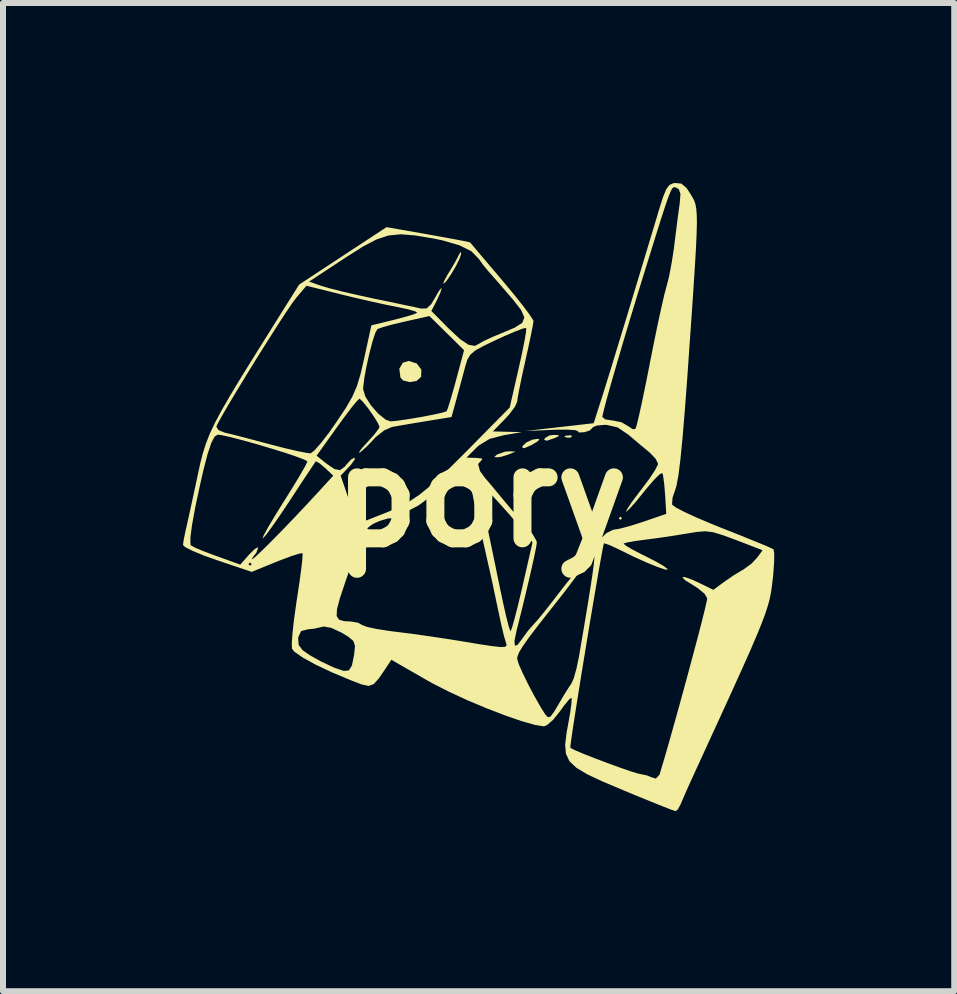
<source format=kicad_pcb>
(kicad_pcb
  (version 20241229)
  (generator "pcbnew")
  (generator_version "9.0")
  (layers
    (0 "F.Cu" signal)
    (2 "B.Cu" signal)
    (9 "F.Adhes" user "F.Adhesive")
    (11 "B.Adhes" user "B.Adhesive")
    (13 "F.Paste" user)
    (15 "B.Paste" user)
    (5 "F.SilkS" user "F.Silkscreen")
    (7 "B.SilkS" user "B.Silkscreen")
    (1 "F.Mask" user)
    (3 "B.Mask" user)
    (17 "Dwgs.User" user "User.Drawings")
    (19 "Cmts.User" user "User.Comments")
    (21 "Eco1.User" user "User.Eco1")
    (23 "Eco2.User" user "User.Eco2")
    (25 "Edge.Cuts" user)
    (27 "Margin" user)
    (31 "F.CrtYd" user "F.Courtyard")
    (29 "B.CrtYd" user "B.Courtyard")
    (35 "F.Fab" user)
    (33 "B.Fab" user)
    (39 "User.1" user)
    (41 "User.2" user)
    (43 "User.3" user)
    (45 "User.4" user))
  (footprint "pory"
    (layer "F.Cu")
    (at 4.969 5.233)
    (property "Reference" "pory" (at 0 0 0) (layer "F.SilkS") (effects (font (size 1.524 1.524) (thickness 0.3))))
    (attr board_only exclude_from_pos_files exclude_from_bom)
    (fp_poly (pts (xy 2.349 0.355) (xy 2.322 0.382) (xy 2.294 0.355) (xy 2.322 0.328)) (stroke (width 0) (type solid)) (fill yes) (layer "F.SilkS"))
    (fp_poly (pts (xy 1.515 -1.016) (xy 1.498 -0.991) (xy 1.443 -0.988) (xy 1.385 -1.001) (xy 1.41 -1.021) (xy 1.495 -1.027)) (stroke (width 0) (type solid)) (fill yes) (layer "F.SilkS"))
    (fp_poly (pts (xy 1.302 -1.028) (xy 1.28 -1.006) (xy 1.229 -0.983) (xy 1.096 -0.937) (xy 1.052 -0.951) (xy 1.065 -0.983) (xy 1.141 -1.026) (xy 1.219 -1.034)) (stroke (width 0) (type solid)) (fill yes) (layer "F.SilkS"))
    (fp_poly (pts (xy 0.574 -0.757) (xy 0.464 -0.71) (xy 0.337 -0.67) (xy 0.273 -0.66) (xy 0.219 -0.665) (xy 0.259 -0.701) (xy 0.273 -0.71) (xy 0.397 -0.754) (xy 0.464 -0.76)) (stroke (width 0) (type solid)) (fill yes) (layer "F.SilkS"))
    (fp_poly (pts (xy -1.073 -2.225) (xy -0.996 -2.122) (xy -1 -2.001) (xy -1.074 -1.934) (xy -1.192 -1.914) (xy -1.301 -1.942) (xy -1.345 -1.991) (xy -1.363 -2.138) (xy -1.304 -2.238) (xy -1.207 -2.267)) (stroke (width 0) (type solid)) (fill yes) (layer "F.SilkS"))
    (fp_poly (pts (xy 0.971 -0.959) (xy 0.941 -0.925) (xy 0.844 -0.867) (xy 0.827 -0.859) (xy 0.718 -0.812) (xy 0.685 -0.825) (xy 0.691 -0.848) (xy 0.752 -0.907) (xy 0.856 -0.955) (xy 0.948 -0.969)) (stroke (width 0) (type solid)) (fill yes) (layer "F.SilkS"))
    (fp_poly (pts (xy -0.332 -4.055) (xy -0.356 -3.977) (xy -0.417 -3.853) (xy -0.497 -3.717) (xy -0.573 -3.605) (xy -0.626 -3.551) (xy -0.63 -3.551) (xy -0.62 -3.591) (xy -0.565 -3.695) (xy -0.528 -3.755) (xy -0.441 -3.901) (xy -0.379 -4.017) (xy -0.368 -4.042) (xy -0.34 -4.084)) (stroke (width 0) (type solid)) (fill yes) (layer "F.SilkS"))
    (fp_poly (pts (xy 3.337 -5.223) (xy 3.424 -5.15) (xy 3.495 -5.042) (xy 3.526 -4.989) (xy 3.552 -4.939) (xy 3.572 -4.882) (xy 3.586 -4.808) (xy 3.594 -4.708) (xy 3.597 -4.572) (xy 3.592 -4.391) (xy 3.582 -4.156) (xy 3.564 -3.856) (xy 3.54 -3.481) (xy 3.509 -3.024) (xy 3.47 -2.473) (xy 3.441 -2.048) (xy 3.398 -1.473) (xy 3.359 -1.003) (xy 3.323 -0.635) (xy 3.29 -0.366) (xy 3.258 -0.192) (xy 3.237 -0.123) (xy 3.19 0.016) (xy 3.183 0.121) (xy 3.185 0.129) (xy 3.244 0.174) (xy 3.386 0.249) (xy 3.595 0.345) (xy 3.853 0.454) (xy 4.024 0.523) (xy 4.302 0.633) (xy 4.544 0.731) (xy 4.732 0.808) (xy 4.847 0.859) (xy 4.874 0.873) (xy 4.886 0.938) (xy 4.884 1.085) (xy 4.87 1.287) (xy 4.859 1.387) (xy 4.846 1.499) (xy 4.83 1.602) (xy 4.809 1.707) (xy 4.777 1.822) (xy 4.733 1.957) (xy 4.671 2.121) (xy 4.588 2.323) (xy 4.481 2.572) (xy 4.345 2.877) (xy 4.177 3.248) (xy 3.973 3.694) (xy 3.73 4.224) (xy 3.55 4.616) (xy 3.458 4.818) (xy 3.38 4.995) (xy 3.33 5.113) (xy 3.327 5.121) (xy 3.276 5.213) (xy 3.238 5.237) (xy 3.175 5.215) (xy 3.03 5.158) (xy 2.82 5.074) (xy 2.563 4.969) (xy 2.387 4.896) (xy 2.034 4.747) (xy 1.771 4.624) (xy 1.587 4.514) (xy 1.472 4.404) (xy 1.414 4.281) (xy 1.405 4.181) (xy 1.487 4.181) (xy 1.555 4.217) (xy 1.7 4.279) (xy 1.894 4.355) (xy 2.11 4.437) (xy 2.321 4.514) (xy 2.501 4.576) (xy 2.621 4.612) (xy 2.643 4.616) (xy 2.766 4.642) (xy 2.83 4.669) (xy 2.912 4.695) (xy 2.974 4.63) (xy 2.974 4.629) (xy 3.046 4.387) (xy 3.132 4.091) (xy 3.226 3.756) (xy 3.325 3.4) (xy 3.424 3.038) (xy 3.518 2.688) (xy 3.604 2.366) (xy 3.676 2.088) (xy 3.73 1.872) (xy 3.762 1.732) (xy 3.769 1.69) (xy 3.725 1.614) (xy 3.613 1.521) (xy 3.547 1.479) (xy 3.402 1.389) (xy 3.353 1.339) (xy 3.395 1.335) (xy 3.522 1.381) (xy 3.622 1.427) (xy 3.871 1.548) (xy 4.052 1.415) (xy 4.206 1.309) (xy 4.351 1.221) (xy 4.37 1.211) (xy 4.509 1.11) (xy 4.599 1.014) (xy 4.692 0.888) (xy 4.244 0.716) (xy 4.021 0.634) (xy 3.863 0.587) (xy 3.733 0.572) (xy 3.596 0.583) (xy 3.469 0.604) (xy 3.228 0.643) (xy 2.951 0.684) (xy 2.769 0.708) (xy 2.58 0.733) (xy 2.438 0.758) (xy 2.374 0.776) (xy 2.374 0.776) (xy 2.408 0.809) (xy 2.519 0.875) (xy 2.685 0.961) (xy 2.732 0.984) (xy 2.913 1.076) (xy 3.047 1.154) (xy 3.111 1.204) (xy 3.114 1.209) (xy 3.068 1.21) (xy 2.945 1.169) (xy 2.763 1.095) (xy 2.542 0.995) (xy 2.303 0.878) (xy 2.283 0.868) (xy 2.148 0.805) (xy 2.061 0.775) (xy 2.047 0.776) (xy 2.033 0.832) (xy 2.005 0.981) (xy 1.965 1.205) (xy 1.916 1.49) (xy 1.86 1.819) (xy 1.8 2.176) (xy 1.739 2.546) (xy 1.679 2.914) (xy 1.623 3.263) (xy 1.573 3.577) (xy 1.532 3.841) (xy 1.503 4.04) (xy 1.488 4.156) (xy 1.487 4.181) (xy 1.405 4.181) (xy 1.401 4.131) (xy 1.423 3.942) (xy 1.449 3.798) (xy 1.485 3.595) (xy 1.506 3.438) (xy 1.51 3.354) (xy 1.508 3.347) (xy 1.468 3.375) (xy 1.387 3.472) (xy 1.314 3.574) (xy 1.202 3.713) (xy 1.098 3.803) (xy 1.046 3.824) (xy 0.898 3.8) (xy 0.673 3.736) (xy 0.396 3.64) (xy 0.087 3.521) (xy -0.232 3.387) (xy -0.537 3.246) (xy -0.808 3.108) (xy -0.898 3.058) (xy -1.496 2.714) (xy -1.581 2.843) (xy -1.7 3.019) (xy -1.788 3.118) (xy -1.874 3.15) (xy -1.989 3.126) (xy -2.163 3.059) (xy -2.485 2.924) (xy -2.761 2.794) (xy -2.974 2.676) (xy -3.111 2.581) (xy -3.152 2.53) (xy -3.156 2.446) (xy -3.15 2.36) (xy -3.049 2.36) (xy -3.041 2.467) (xy -2.974 2.555) (xy -2.857 2.637) (xy -2.666 2.743) (xy -2.464 2.839) (xy -2.431 2.852) (xy -2.288 2.9) (xy -2.203 2.891) (xy -2.153 2.809) (xy -2.118 2.637) (xy -2.114 2.609) (xy -2.102 2.483) (xy -2.129 2.401) (xy -2.216 2.328) (xy -2.318 2.266) (xy -2.494 2.183) (xy -2.624 2.159) (xy -2.648 2.165) (xy -2.777 2.195) (xy -2.888 2.207) (xy -2.999 2.235) (xy -3.045 2.331) (xy -3.049 2.36) (xy -3.15 2.36) (xy -3.144 2.277) (xy -3.119 2.045) (xy -3.11 1.984) (xy -2.408 1.984) (xy -2.368 2.046) (xy -2.28 2.071) (xy -2.182 2.075) (xy -2.054 2.096) (xy -1.986 2.133) (xy -1.909 2.164) (xy -1.751 2.199) (xy -1.541 2.232) (xy -1.442 2.245) (xy -1.169 2.279) (xy -0.841 2.325) (xy -0.51 2.375) (xy -0.355 2.4) (xy -0.044 2.452) (xy 0.174 2.485) (xy 0.315 2.501) (xy 0.393 2.5) (xy 0.423 2.481) (xy 0.421 2.446) (xy 0.411 2.417) (xy 0.381 2.317) (xy 0.34 2.147) (xy 0.296 1.942) (xy 0.295 1.939) (xy 0.176 1.374) (xy 0.038 0.761) (xy -0.038 0.437) (xy -0.086 0.226) (xy -0.127 0.035) (xy -0.148 -0.077) (xy -0.186 -0.247) (xy -0.189 -0.259) (xy -0.055 -0.259) (xy -0.044 -0.195) (xy -0.014 -0.05) (xy 0.028 0.15) (xy 0.051 0.255) (xy 0.103 0.5) (xy 0.169 0.812) (xy 0.239 1.151) (xy 0.306 1.48) (xy 0.308 1.488) (xy 0.365 1.758) (xy 0.416 1.985) (xy 0.458 2.15) (xy 0.485 2.233) (xy 0.49 2.239) (xy 0.512 2.189) (xy 0.552 2.051) (xy 0.605 1.845) (xy 0.667 1.59) (xy 0.688 1.499) (xy 0.857 0.758) (xy 0.715 0.58) (xy 0.6 0.441) (xy 0.459 0.278) (xy 0.308 0.109) (xy 0.164 -0.047) (xy 0.045 -0.172) (xy -0.033 -0.247) (xy -0.055 -0.259) (xy -0.189 -0.259) (xy -0.224 -0.37) (xy -0.254 -0.435) (xy -0.291 -0.463) (xy -0.35 -0.444) (xy -0.447 -0.371) (xy -0.597 -0.236) (xy -0.737 -0.105) (xy -0.895 0.032) (xy -1.039 0.139) (xy -1.133 0.189) (xy -1.229 0.238) (xy -1.256 0.28) (xy -1.289 0.31) (xy -1.307 0.303) (xy -1.377 0.31) (xy -1.393 0.328) (xy -1.455 0.362) (xy -1.473 0.356) (xy -1.548 0.358) (xy -1.678 0.396) (xy -1.719 0.412) (xy -1.802 0.451) (xy -1.869 0.497) (xy -1.929 0.567) (xy -1.989 0.677) (xy -2.058 0.841) (xy -2.144 1.077) (xy -2.258 1.4) (xy -2.263 1.416) (xy -2.353 1.686) (xy -2.402 1.87) (xy -2.408 1.984) (xy -3.11 1.984) (xy -3.081 1.774) (xy -3.07 1.702) (xy -3.029 1.431) (xy -2.998 1.201) (xy -2.979 1.032) (xy -2.975 0.945) (xy -2.977 0.937) (xy -3.035 0.946) (xy -3.168 0.988) (xy -3.351 1.057) (xy -3.412 1.081) (xy -3.823 1.249) (xy -4.397 1.056) (xy -4.627 0.974) (xy -4.813 0.897) (xy -4.934 0.835) (xy -4.969 0.801) (xy -4.957 0.712) (xy -4.95 0.679) (xy -4.846 0.679) (xy -4.844 0.792) (xy -4.837 0.807) (xy -4.77 0.844) (xy -4.628 0.904) (xy -4.44 0.975) (xy -4.406 0.987) (xy -4.015 1.128) (xy -4.007 1.12) (xy -3.878 1.12) (xy -3.851 1.147) (xy -3.824 1.12) (xy -3.851 1.092) (xy -3.878 1.12) (xy -4.007 1.12) (xy -3.866 0.96) (xy -3.775 0.87) (xy -3.722 0.84) (xy -3.716 0.849) (xy -3.749 0.935) (xy -3.78 0.972) (xy -3.82 1.028) (xy -3.813 1.038) (xy -3.764 1) (xy -3.655 0.897) (xy -3.499 0.743) (xy -3.312 0.552) (xy -3.106 0.338) (xy -2.898 0.117) (xy -2.714 -0.082) (xy -2.464 -0.355) (xy -2.601 -0.483) (xy -2.697 -0.564) (xy -2.753 -0.594) (xy -2.756 -0.593) (xy -2.79 -0.543) (xy -2.873 -0.418) (xy -2.994 -0.236) (xy -3.14 -0.013) (xy -3.195 0.071) (xy -3.348 0.3) (xy -3.48 0.49) (xy -3.579 0.625) (xy -3.635 0.689) (xy -3.642 0.692) (xy -3.623 0.639) (xy -3.555 0.514) (xy -3.447 0.332) (xy -3.311 0.111) (xy -3.28 0.063) (xy -3.137 -0.166) (xy -3.018 -0.363) (xy -2.934 -0.509) (xy -2.896 -0.587) (xy -2.895 -0.592) (xy -2.944 -0.621) (xy -3.076 -0.671) (xy -3.121 -0.687) (xy -2.742 -0.687) (xy -2.586 -0.562) (xy -2.446 -0.465) (xy -2.35 -0.447) (xy -2.269 -0.508) (xy -2.24 -0.546) (xy -2.16 -0.63) (xy -2.108 -0.655) (xy -2.107 -0.622) (xy -2.169 -0.537) (xy -2.198 -0.505) (xy -2.341 -0.355) (xy -2.21 0.027) (xy -2.146 0.214) (xy -2.099 0.354) (xy -2.078 0.421) (xy -2.077 0.423) (xy -2.05 0.435) (xy -1.958 0.408) (xy -1.873 0.376) (xy -1.722 0.316) (xy -1.611 0.273) (xy -1.402 0.187) (xy -1.211 0.086) (xy -1.022 -0.041) (xy -0.816 -0.209) (xy -0.575 -0.431) (xy -0.283 -0.721) (xy -0.247 -0.757) (xy 0.477 -1.491) (xy 0.626 -2.142) (xy 0.682 -2.394) (xy 0.724 -2.604) (xy 0.749 -2.752) (xy 0.752 -2.817) (xy 0.752 -2.817) (xy 0.695 -2.806) (xy 0.563 -2.756) (xy 0.379 -2.677) (xy 0.262 -2.623) (xy 0.044 -2.519) (xy -0.096 -2.442) (xy -0.179 -2.372) (xy -0.228 -2.29) (xy -0.264 -2.177) (xy -0.272 -2.145) (xy -0.331 -1.925) (xy -0.396 -1.685) (xy -0.417 -1.608) (xy -0.493 -1.332) (xy -0.916 -1.263) (xy -1.14 -1.226) (xy -1.34 -1.192) (xy -1.476 -1.168) (xy -1.486 -1.166) (xy -1.616 -1.109) (xy -1.756 -0.998) (xy -1.79 -0.961) (xy -1.906 -0.84) (xy -2.004 -0.753) (xy -2.025 -0.739) (xy -2.035 -0.748) (xy -1.98 -0.82) (xy -1.898 -0.909) (xy -1.784 -1.036) (xy -1.71 -1.133) (xy -1.693 -1.168) (xy -1.723 -1.237) (xy -1.795 -1.352) (xy -1.885 -1.48) (xy -1.97 -1.586) (xy -2.025 -1.637) (xy -2.028 -1.638) (xy -2.072 -1.596) (xy -2.164 -1.484) (xy -2.289 -1.318) (xy -2.402 -1.163) (xy -2.742 -0.687) (xy -3.121 -0.687) (xy -3.268 -0.736) (xy -3.497 -0.807) (xy -3.741 -0.88) (xy -3.976 -0.945) (xy -4.18 -0.998) (xy -4.33 -1.031) (xy -4.391 -1.038) (xy -4.442 -1.005) (xy -4.497 -0.901) (xy -4.559 -0.715) (xy -4.631 -0.438) (xy -4.687 -0.191) (xy -4.766 0.18) (xy -4.819 0.473) (xy -4.846 0.679) (xy -4.95 0.679) (xy -4.926 0.563) (xy -4.91 0.492) (xy -4.875 0.337) (xy -4.825 0.109) (xy -4.767 -0.16) (xy -4.72 -0.38) (xy -4.68 -0.565) (xy -4.637 -0.731) (xy -4.587 -0.889) (xy -4.523 -1.052) (xy -4.467 -1.17) (xy -4.413 -1.17) (xy -4.379 -1.115) (xy -4.277 -1.073) (xy -4.163 -1.046) (xy -3.972 -0.997) (xy -3.733 -0.934) (xy -3.523 -0.878) (xy -3.276 -0.814) (xy -3.062 -0.764) (xy -2.908 -0.734) (xy -2.84 -0.727) (xy -2.778 -0.775) (xy -2.672 -0.895) (xy -2.538 -1.068) (xy -2.415 -1.243) (xy -2.256 -1.481) (xy -2.147 -1.67) (xy -2.093 -1.794) (xy -1.966 -1.794) (xy -1.929 -1.672) (xy -1.836 -1.526) (xy -1.715 -1.388) (xy -1.591 -1.289) (xy -1.507 -1.259) (xy -1.398 -1.27) (xy -1.219 -1.296) (xy -1.008 -1.331) (xy -0.996 -1.333) (xy -0.8 -1.371) (xy -0.651 -1.404) (xy -0.577 -1.427) (xy -0.574 -1.429) (xy -0.551 -1.489) (xy -0.507 -1.63) (xy -0.45 -1.828) (xy -0.417 -1.949) (xy -0.284 -2.446) (xy -0.572 -2.73) (xy -0.861 -3.015) (xy -1.264 -2.925) (xy -1.468 -2.877) (xy -1.631 -2.832) (xy -1.724 -2.8) (xy -1.729 -2.797) (xy -1.765 -2.73) (xy -1.812 -2.586) (xy -1.862 -2.393) (xy -1.909 -2.183) (xy -1.946 -1.985) (xy -1.965 -1.829) (xy -1.966 -1.794) (xy -2.093 -1.794) (xy -2.07 -1.847) (xy -2.009 -2.049) (xy -1.95 -2.304) (xy -1.829 -2.86) (xy -1.461 -2.95) (xy -1.273 -2.999) (xy -1.131 -3.041) (xy -1.064 -3.069) (xy -1.064 -3.069) (xy -1.097 -3.093) (xy -1.213 -3.127) (xy -1.378 -3.162) (xy -1.579 -3.202) (xy -1.846 -3.261) (xy -2.136 -3.328) (xy -2.316 -3.372) (xy -2.911 -3.52) (xy -3.08 -3.321) (xy -3.151 -3.226) (xy -3.264 -3.059) (xy -3.408 -2.837) (xy -3.572 -2.579) (xy -3.747 -2.301) (xy -3.92 -2.019) (xy -4.083 -1.752) (xy -4.224 -1.516) (xy -4.333 -1.327) (xy -4.399 -1.204) (xy -4.413 -1.17) (xy -4.467 -1.17) (xy -4.438 -1.232) (xy -4.327 -1.44) (xy -4.183 -1.69) (xy -4 -1.993) (xy -3.771 -2.362) (xy -3.492 -2.808) (xy -3.432 -2.904) (xy -3.032 -3.541) (xy -2.958 -3.589) (xy -2.868 -3.589) (xy -2.657 -3.516) (xy -2.52 -3.476) (xy -2.306 -3.422) (xy -2.044 -3.362) (xy -1.783 -3.305) (xy -1.516 -3.25) (xy -1.28 -3.2) (xy -1.099 -3.162) (xy -0.999 -3.14) (xy -0.999 -3.14) (xy -0.908 -3.142) (xy -0.832 -3.212) (xy -0.769 -3.318) (xy -0.703 -3.433) (xy -0.663 -3.483) (xy -0.658 -3.48) (xy -0.679 -3.405) (xy -0.735 -3.283) (xy -0.742 -3.268) (xy -0.829 -3.1) (xy -0.539 -2.806) (xy -0.35 -2.63) (xy -0.209 -2.536) (xy -0.102 -2.518) (xy -0.025 -2.559) (xy 0.051 -2.602) (xy 0.195 -2.669) (xy 0.339 -2.728) (xy 0.561 -2.822) (xy 0.687 -2.903) (xy 0.721 -2.993) (xy 0.668 -3.114) (xy 0.534 -3.287) (xy 0.484 -3.345) (xy 0.338 -3.514) (xy 0.213 -3.658) (xy 0.13 -3.751) (xy 0.119 -3.763) (xy 0.034 -3.867) (xy -0.038 -3.968) (xy -0.161 -4.094) (xy -0.359 -4.194) (xy -0.645 -4.277) (xy -0.795 -4.308) (xy -1.099 -4.359) (xy -1.339 -4.378) (xy -1.543 -4.358) (xy -1.743 -4.292) (xy -1.967 -4.175) (xy -2.247 -3.998) (xy -2.275 -3.979) (xy -2.868 -3.589) (xy -2.958 -3.589) (xy -2.304 -4.019) (xy -1.576 -4.497) (xy -0.885 -4.376) (xy -0.625 -4.329) (xy -0.409 -4.289) (xy -0.256 -4.26) (xy -0.187 -4.244) (xy -0.185 -4.243) (xy -0.148 -4.201) (xy -0.054 -4.089) (xy 0.086 -3.924) (xy 0.259 -3.72) (xy 0.349 -3.614) (xy 0.534 -3.392) (xy 0.69 -3.197) (xy 0.805 -3.044) (xy 0.866 -2.95) (xy 0.873 -2.931) (xy 0.862 -2.855) (xy 0.83 -2.696) (xy 0.784 -2.48) (xy 0.737 -2.268) (xy 0.682 -2.019) (xy 0.638 -1.806) (xy 0.609 -1.652) (xy 0.601 -1.587) (xy 0.565 -1.505) (xy 0.473 -1.381) (xy 0.399 -1.3) (xy 0.196 -1.092) (xy 0.44 -1.086) (xy 0.683 -1.08) (xy 0.382 -1.03) (xy 0.143 -0.968) (xy -0.034 -0.861) (xy -0.081 -0.818) (xy -0.244 -0.655) (xy -0.081 -0.651) (xy 0.012 -0.641) (xy 0.018 -0.621) (xy 0.014 -0.619) (xy -0.05 -0.549) (xy -0.019 -0.432) (xy 0.061 -0.322) (xy 0.162 -0.204) (xy 0.294 -0.045) (xy 0.375 0.053) (xy 0.525 0.232) (xy 0.683 0.412) (xy 0.751 0.487) (xy 0.857 0.617) (xy 0.92 0.727) (xy 0.929 0.76) (xy 0.916 0.845) (xy 0.881 1.016) (xy 0.828 1.252) (xy 0.762 1.534) (xy 0.688 1.841) (xy 0.61 2.154) (xy 0.591 2.227) (xy 0.556 2.402) (xy 0.563 2.481) (xy 0.611 2.462) (xy 0.685 2.364) (xy 0.782 2.23) (xy 0.87 2.13) (xy 0.941 2.052) (xy 1.057 1.91) (xy 1.199 1.729) (xy 1.278 1.626) (xy 1.426 1.436) (xy 1.558 1.274) (xy 1.655 1.164) (xy 1.686 1.135) (xy 1.712 1.129) (xy 1.671 1.202) (xy 1.567 1.348) (xy 1.405 1.563) (xy 1.188 1.84) (xy 1.174 1.857) (xy 0.956 2.134) (xy 0.799 2.34) (xy 0.694 2.489) (xy 0.632 2.592) (xy 0.605 2.664) (xy 0.601 2.697) (xy 0.626 2.784) (xy 0.693 2.936) (xy 0.787 3.128) (xy 0.894 3.33) (xy 1 3.515) (xy 1.069 3.624) (xy 1.112 3.672) (xy 1.156 3.662) (xy 1.218 3.578) (xy 1.288 3.46) (xy 1.384 3.297) (xy 1.468 3.164) (xy 1.503 3.114) (xy 1.545 3.021) (xy 1.591 2.855) (xy 1.633 2.652) (xy 1.633 2.649) (xy 1.714 2.174) (xy 1.777 1.795) (xy 1.824 1.502) (xy 1.857 1.282) (xy 1.878 1.126) (xy 1.888 1.021) (xy 1.888 0.957) (xy 1.884 0.928) (xy 1.901 0.828) (xy 1.981 0.707) (xy 2.091 0.601) (xy 2.202 0.546) (xy 2.219 0.545) (xy 2.319 0.527) (xy 2.488 0.482) (xy 2.689 0.418) (xy 2.704 0.413) (xy 3.086 0.282) (xy 3.067 -0.037) (xy 3.052 -0.216) (xy 3.034 -0.349) (xy 3.021 -0.399) (xy 2.978 -0.379) (xy 2.887 -0.29) (xy 2.763 -0.147) (xy 2.715 -0.087) (xy 2.585 0.073) (xy 2.481 0.19) (xy 2.422 0.246) (xy 2.415 0.248) (xy 2.437 0.199) (xy 2.512 0.086) (xy 2.628 -0.069) (xy 2.672 -0.126) (xy 2.801 -0.298) (xy 2.898 -0.445) (xy 2.947 -0.54) (xy 2.949 -0.554) (xy 2.909 -0.636) (xy 2.813 -0.737) (xy 2.799 -0.749) (xy 2.66 -0.864) (xy 2.499 -1) (xy 2.458 -1.035) (xy 2.276 -1.159) (xy 2.091 -1.201) (xy 2.062 -1.202) (xy 1.93 -1.19) (xy 1.861 -1.162) (xy 1.857 -1.153) (xy 1.811 -1.108) (xy 1.722 -1.079) (xy 1.631 -1.074) (xy 1.613 -1.095) (xy 1.575 -1.112) (xy 1.452 -1.121) (xy 1.266 -1.121) (xy 1.188 -1.118) (xy 0.737 -1.099) (xy 1.307 -1.164) (xy 1.877 -1.229) (xy 1.91 -1.334) (xy 2.021 -1.334) (xy 2.069 -1.293) (xy 2.183 -1.275) (xy 2.188 -1.275) (xy 2.338 -1.246) (xy 2.445 -1.184) (xy 2.528 -1.129) (xy 2.572 -1.134) (xy 2.594 -1.198) (xy 2.631 -1.352) (xy 2.681 -1.579) (xy 2.74 -1.862) (xy 2.804 -2.183) (xy 2.809 -2.212) (xy 2.877 -2.554) (xy 2.943 -2.875) (xy 3.004 -3.154) (xy 3.053 -3.369) (xy 3.087 -3.496) (xy 3.132 -3.67) (xy 3.177 -3.907) (xy 3.216 -4.16) (xy 3.221 -4.206) (xy 3.252 -4.453) (xy 3.282 -4.688) (xy 3.307 -4.868) (xy 3.31 -4.894) (xy 3.323 -5.048) (xy 3.296 -5.128) (xy 3.26 -5.151) (xy 3.233 -5.161) (xy 3.21 -5.162) (xy 3.186 -5.142) (xy 3.158 -5.09) (xy 3.12 -4.995) (xy 3.068 -4.845) (xy 2.998 -4.63) (xy 2.906 -4.337) (xy 2.788 -3.957) (xy 2.729 -3.769) (xy 2.601 -3.354) (xy 2.476 -2.942) (xy 2.358 -2.548) (xy 2.252 -2.187) (xy 2.161 -1.871) (xy 2.089 -1.615) (xy 2.042 -1.433) (xy 2.021 -1.34) (xy 2.021 -1.334) (xy 1.91 -1.334) (xy 2.025 -1.693) (xy 2.089 -1.898) (xy 2.179 -2.189) (xy 2.288 -2.548) (xy 2.413 -2.955) (xy 2.545 -3.392) (xy 2.681 -3.841) (xy 2.814 -4.282) (xy 2.939 -4.698) (xy 2.963 -4.78) (xy 3.032 -4.997) (xy 3.086 -5.13) (xy 3.14 -5.2) (xy 3.205 -5.229) (xy 3.233 -5.233)) (stroke (width 0) (type solid)) (fill yes) (layer "F.SilkS")))
  (gr_rect
    (start -3 -3)
    (end 12.855 13.471)
    (stroke (width 0.1) (type default))
    (fill no)
    (layer "Edge.Cuts")))
</source>
